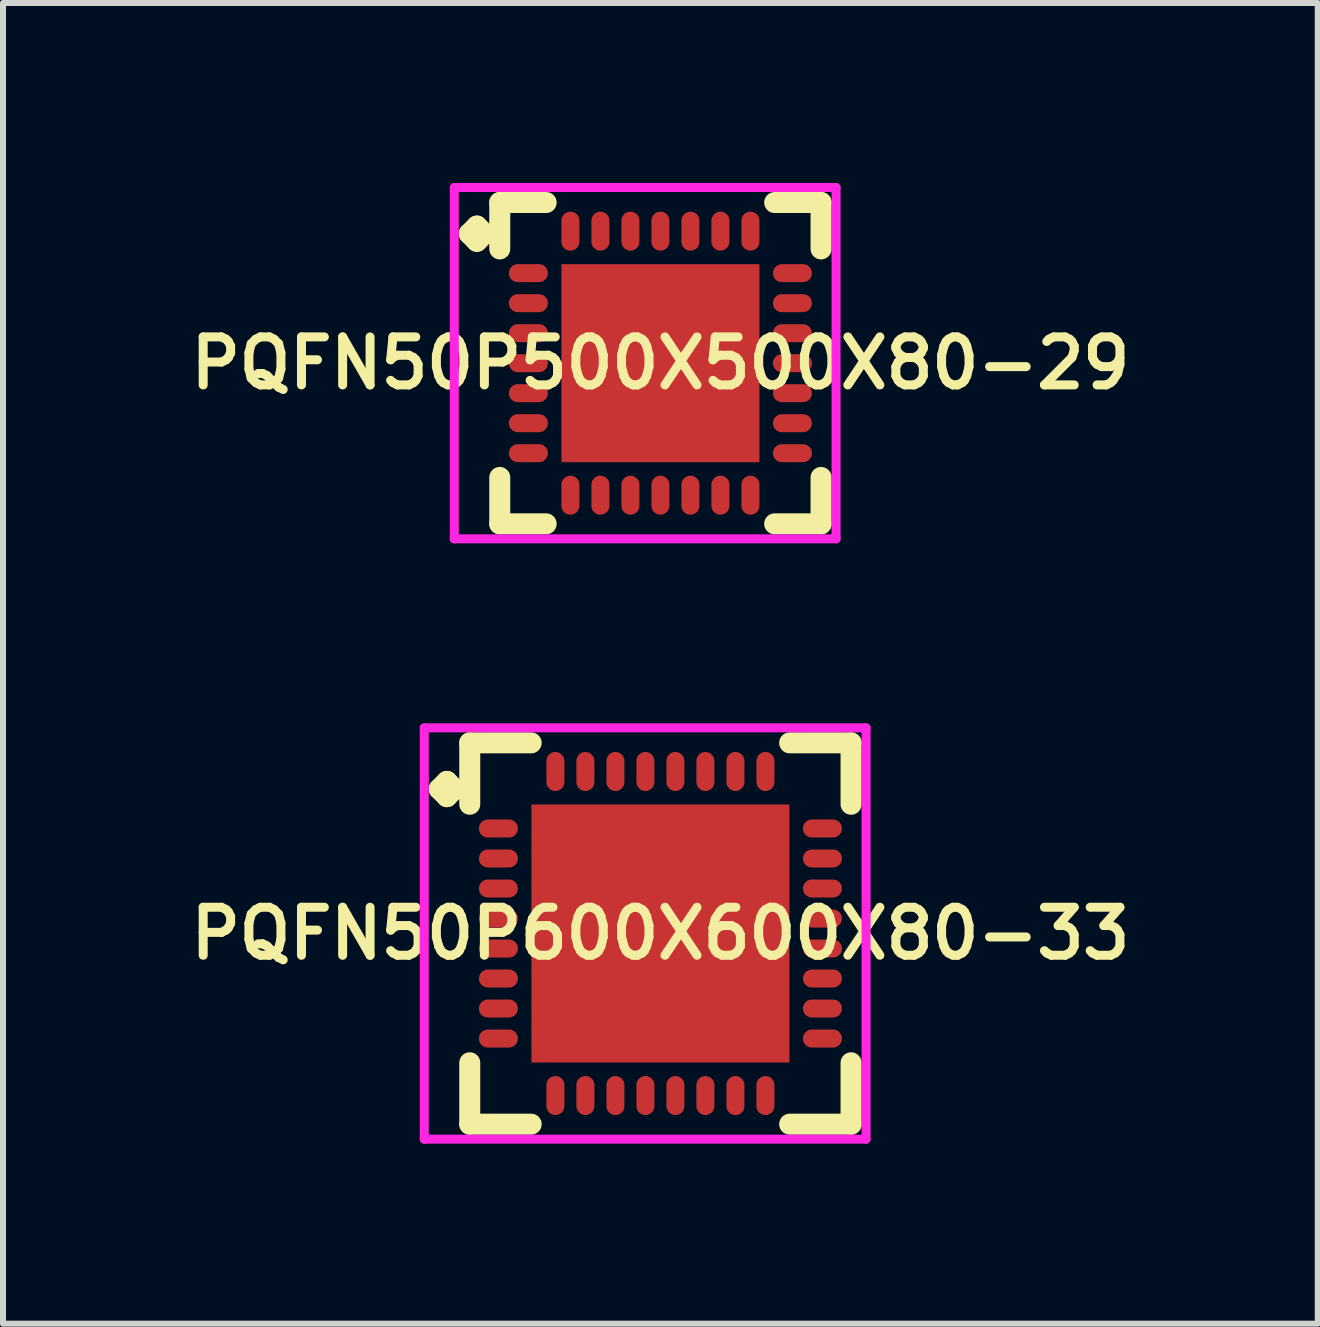
<source format=kicad_pcb>
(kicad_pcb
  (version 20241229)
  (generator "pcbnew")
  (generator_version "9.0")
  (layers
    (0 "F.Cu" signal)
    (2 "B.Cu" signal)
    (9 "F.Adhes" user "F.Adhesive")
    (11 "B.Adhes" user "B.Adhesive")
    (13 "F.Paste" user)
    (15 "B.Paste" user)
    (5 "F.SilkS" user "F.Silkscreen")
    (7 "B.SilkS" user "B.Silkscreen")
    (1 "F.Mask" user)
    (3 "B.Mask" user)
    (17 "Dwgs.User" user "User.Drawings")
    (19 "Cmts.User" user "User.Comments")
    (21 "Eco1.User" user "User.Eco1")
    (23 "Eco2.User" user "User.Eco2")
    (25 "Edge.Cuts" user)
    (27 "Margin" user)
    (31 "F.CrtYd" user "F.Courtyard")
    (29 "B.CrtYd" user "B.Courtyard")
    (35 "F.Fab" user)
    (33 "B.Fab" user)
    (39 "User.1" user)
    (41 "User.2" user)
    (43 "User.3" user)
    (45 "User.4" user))
  (footprint "PQFN50P600X600X80-33"
    (layer "F.Cu")
    (at 7.955 12.506)
    (property "Reference" "PQFN50P600X600X80-33" (at 0 0 0) (layer "F.SilkS") (effects (font (size 0.8 0.8) (thickness 0.15))))
    (attr smd)
    (fp_line (start -3.685 -2.408) (end -3.558 -2.535) (stroke (width 0.35) (type solid)) (layer "F.SilkS"))
    (fp_line (start -3.558 -2.535) (end -3.431 -2.408) (stroke (width 0.35) (type solid)) (layer "F.SilkS"))
    (fp_line (start -3.558 -2.281) (end -3.685 -2.408) (stroke (width 0.35) (type solid)) (layer "F.SilkS"))
    (fp_line (start -3.431 -2.408) (end -3.558 -2.281) (stroke (width 0.35) (type solid)) (layer "F.SilkS"))
    (fp_line (start -3.177 -3.177) (end -2.154 -3.177) (stroke (width 0.35) (type solid)) (layer "F.SilkS"))
    (fp_line (start -3.177 -2.154) (end -3.177 -3.177) (stroke (width 0.35) (type solid)) (layer "F.SilkS"))
    (fp_line (start -3.177 2.154) (end -3.177 3.177) (stroke (width 0.35) (type solid)) (layer "F.SilkS"))
    (fp_line (start -3.177 3.177) (end -2.154 3.177) (stroke (width 0.35) (type solid)) (layer "F.SilkS"))
    (fp_line (start 2.154 -3.177) (end 3.177 -3.177) (stroke (width 0.35) (type solid)) (layer "F.SilkS"))
    (fp_line (start 2.154 3.177) (end 3.177 3.177) (stroke (width 0.35) (type solid)) (layer "F.SilkS"))
    (fp_line (start 3.177 -3.177) (end 3.177 -2.154) (stroke (width 0.35) (type solid)) (layer "F.SilkS"))
    (fp_line (start 3.177 3.177) (end 3.177 2.154) (stroke (width 0.35) (type solid)) (layer "F.SilkS"))
    (fp_line (start -3.935 -3.427) (end 3.427 -3.427) (stroke (width 0.15) (type solid)) (layer "F.CrtYd"))
    (fp_line (start -3.935 3.427) (end -3.935 -3.427) (stroke (width 0.15) (type solid)) (layer "F.CrtYd"))
    (fp_line (start 3.427 -3.427) (end 3.427 3.427) (stroke (width 0.15) (type solid)) (layer "F.CrtYd"))
    (fp_line (start 3.427 3.427) (end -3.935 3.427) (stroke (width 0.15) (type solid)) (layer "F.CrtYd"))
    (pad "1" smd oval (at -2.7 -1.75) (size 0.65 0.3) (layers "F.Cu" "F.Mask" "F.Paste"))
    (pad "2" smd oval (at -2.7 -1.25) (size 0.65 0.3) (layers "F.Cu" "F.Mask" "F.Paste"))
    (pad "3" smd oval (at -2.7 -0.75) (size 0.65 0.3) (layers "F.Cu" "F.Mask" "F.Paste"))
    (pad "4" smd oval (at -2.7 -0.25) (size 0.65 0.3) (layers "F.Cu" "F.Mask" "F.Paste"))
    (pad "5" smd oval (at -2.7 0.25) (size 0.65 0.3) (layers "F.Cu" "F.Mask" "F.Paste"))
    (pad "6" smd oval (at -2.7 0.75) (size 0.65 0.3) (layers "F.Cu" "F.Mask" "F.Paste"))
    (pad "7" smd oval (at -2.7 1.25) (size 0.65 0.3) (layers "F.Cu" "F.Mask" "F.Paste"))
    (pad "8" smd oval (at -2.7 1.75) (size 0.65 0.3) (layers "F.Cu" "F.Mask" "F.Paste"))
    (pad "9" smd oval (at -1.75 2.7) (size 0.3 0.65) (layers "F.Cu" "F.Mask" "F.Paste"))
    (pad "10" smd oval (at -1.25 2.7) (size 0.3 0.65) (layers "F.Cu" "F.Mask" "F.Paste"))
    (pad "11" smd oval (at -0.75 2.7) (size 0.3 0.65) (layers "F.Cu" "F.Mask" "F.Paste"))
    (pad "12" smd oval (at -0.25 2.7) (size 0.3 0.65) (layers "F.Cu" "F.Mask" "F.Paste"))
    (pad "13" smd oval (at 0.25 2.7) (size 0.3 0.65) (layers "F.Cu" "F.Mask" "F.Paste"))
    (pad "14" smd oval (at 0.75 2.7) (size 0.3 0.65) (layers "F.Cu" "F.Mask" "F.Paste"))
    (pad "15" smd oval (at 1.25 2.7) (size 0.3 0.65) (layers "F.Cu" "F.Mask" "F.Paste"))
    (pad "16" smd oval (at 1.75 2.7) (size 0.3 0.65) (layers "F.Cu" "F.Mask" "F.Paste"))
    (pad "17" smd oval (at 2.7 1.75) (size 0.65 0.3) (layers "F.Cu" "F.Mask" "F.Paste"))
    (pad "18" smd oval (at 2.7 1.25) (size 0.65 0.3) (layers "F.Cu" "F.Mask" "F.Paste"))
    (pad "19" smd oval (at 2.7 0.75) (size 0.65 0.3) (layers "F.Cu" "F.Mask" "F.Paste"))
    (pad "20" smd oval (at 2.7 0.25) (size 0.65 0.3) (layers "F.Cu" "F.Mask" "F.Paste"))
    (pad "21" smd oval (at 2.7 -0.25) (size 0.65 0.3) (layers "F.Cu" "F.Mask" "F.Paste"))
    (pad "22" smd oval (at 2.7 -0.75) (size 0.65 0.3) (layers "F.Cu" "F.Mask" "F.Paste"))
    (pad "23" smd oval (at 2.7 -1.25) (size 0.65 0.3) (layers "F.Cu" "F.Mask" "F.Paste"))
    (pad "24" smd oval (at 2.7 -1.75) (size 0.65 0.3) (layers "F.Cu" "F.Mask" "F.Paste"))
    (pad "25" smd oval (at 1.75 -2.7) (size 0.3 0.65) (layers "F.Cu" "F.Mask" "F.Paste"))
    (pad "26" smd oval (at 1.25 -2.7) (size 0.3 0.65) (layers "F.Cu" "F.Mask" "F.Paste"))
    (pad "27" smd oval (at 0.75 -2.7) (size 0.3 0.65) (layers "F.Cu" "F.Mask" "F.Paste"))
    (pad "28" smd oval (at 0.25 -2.7) (size 0.3 0.65) (layers "F.Cu" "F.Mask" "F.Paste"))
    (pad "29" smd oval (at -0.25 -2.7) (size 0.3 0.65) (layers "F.Cu" "F.Mask" "F.Paste"))
    (pad "30" smd oval (at -0.75 -2.7) (size 0.3 0.65) (layers "F.Cu" "F.Mask" "F.Paste"))
    (pad "31" smd oval (at -1.25 -2.7) (size 0.3 0.65) (layers "F.Cu" "F.Mask" "F.Paste"))
    (pad "32" smd oval (at -1.75 -2.7) (size 0.3 0.65) (layers "F.Cu" "F.Mask" "F.Paste"))
    (pad "33" smd rect (at 0 0) (size 4.3 4.3) (layers "F.Cu" "F.Mask" "F.Paste")))
  (footprint "PQFN50P500X500X80-29"
    (layer "F.Cu")
    (at 7.955 3.002)
    (property "Reference" "PQFN50P500X500X80-29" (at 0 0 0) (layer "F.SilkS") (effects (font (size 0.8 0.8) (thickness 0.15))))
    (attr smd)
    (fp_line (start -3.185 -2.158) (end -3.058 -2.285) (stroke (width 0.35) (type solid)) (layer "F.SilkS"))
    (fp_line (start -3.058 -2.285) (end -2.931 -2.158) (stroke (width 0.35) (type solid)) (layer "F.SilkS"))
    (fp_line (start -3.058 -2.031) (end -3.185 -2.158) (stroke (width 0.35) (type solid)) (layer "F.SilkS"))
    (fp_line (start -2.931 -2.158) (end -3.058 -2.031) (stroke (width 0.35) (type solid)) (layer "F.SilkS"))
    (fp_line (start -2.677 -2.677) (end -1.904 -2.677) (stroke (width 0.35) (type solid)) (layer "F.SilkS"))
    (fp_line (start -2.677 -1.904) (end -2.677 -2.677) (stroke (width 0.35) (type solid)) (layer "F.SilkS"))
    (fp_line (start -2.677 1.904) (end -2.677 2.677) (stroke (width 0.35) (type solid)) (layer "F.SilkS"))
    (fp_line (start -2.677 2.677) (end -1.904 2.677) (stroke (width 0.35) (type solid)) (layer "F.SilkS"))
    (fp_line (start 1.904 -2.677) (end 2.677 -2.677) (stroke (width 0.35) (type solid)) (layer "F.SilkS"))
    (fp_line (start 1.904 2.677) (end 2.677 2.677) (stroke (width 0.35) (type solid)) (layer "F.SilkS"))
    (fp_line (start 2.677 -2.677) (end 2.677 -1.904) (stroke (width 0.35) (type solid)) (layer "F.SilkS"))
    (fp_line (start 2.677 2.677) (end 2.677 1.904) (stroke (width 0.35) (type solid)) (layer "F.SilkS"))
    (fp_line (start -3.435 -2.927) (end 2.927 -2.927) (stroke (width 0.15) (type solid)) (layer "F.CrtYd"))
    (fp_line (start -3.435 2.927) (end -3.435 -2.927) (stroke (width 0.15) (type solid)) (layer "F.CrtYd"))
    (fp_line (start 2.927 -2.927) (end 2.927 2.927) (stroke (width 0.15) (type solid)) (layer "F.CrtYd"))
    (fp_line (start 2.927 2.927) (end -3.435 2.927) (stroke (width 0.15) (type solid)) (layer "F.CrtYd"))
    (pad "1" smd oval (at -2.2 -1.5) (size 0.65 0.3) (layers "F.Cu" "F.Mask" "F.Paste"))
    (pad "2" smd oval (at -2.2 -1) (size 0.65 0.3) (layers "F.Cu" "F.Mask" "F.Paste"))
    (pad "3" smd oval (at -2.2 -0.5) (size 0.65 0.3) (layers "F.Cu" "F.Mask" "F.Paste"))
    (pad "4" smd oval (at -2.2 0) (size 0.65 0.3) (layers "F.Cu" "F.Mask" "F.Paste"))
    (pad "5" smd oval (at -2.2 0.5) (size 0.65 0.3) (layers "F.Cu" "F.Mask" "F.Paste"))
    (pad "6" smd oval (at -2.2 1) (size 0.65 0.3) (layers "F.Cu" "F.Mask" "F.Paste"))
    (pad "7" smd oval (at -2.2 1.5) (size 0.65 0.3) (layers "F.Cu" "F.Mask" "F.Paste"))
    (pad "8" smd oval (at -1.5 2.2) (size 0.3 0.65) (layers "F.Cu" "F.Mask" "F.Paste"))
    (pad "9" smd oval (at -1 2.2) (size 0.3 0.65) (layers "F.Cu" "F.Mask" "F.Paste"))
    (pad "10" smd oval (at -0.5 2.2) (size 0.3 0.65) (layers "F.Cu" "F.Mask" "F.Paste"))
    (pad "11" smd oval (at 0 2.2) (size 0.3 0.65) (layers "F.Cu" "F.Mask" "F.Paste"))
    (pad "12" smd oval (at 0.5 2.2) (size 0.3 0.65) (layers "F.Cu" "F.Mask" "F.Paste"))
    (pad "13" smd oval (at 1 2.2) (size 0.3 0.65) (layers "F.Cu" "F.Mask" "F.Paste"))
    (pad "14" smd oval (at 1.5 2.2) (size 0.3 0.65) (layers "F.Cu" "F.Mask" "F.Paste"))
    (pad "15" smd oval (at 2.2 1.5) (size 0.65 0.3) (layers "F.Cu" "F.Mask" "F.Paste"))
    (pad "16" smd oval (at 2.2 1) (size 0.65 0.3) (layers "F.Cu" "F.Mask" "F.Paste"))
    (pad "17" smd oval (at 2.2 0.5) (size 0.65 0.3) (layers "F.Cu" "F.Mask" "F.Paste"))
    (pad "18" smd oval (at 2.2 0) (size 0.65 0.3) (layers "F.Cu" "F.Mask" "F.Paste"))
    (pad "19" smd oval (at 2.2 -0.5) (size 0.65 0.3) (layers "F.Cu" "F.Mask" "F.Paste"))
    (pad "20" smd oval (at 2.2 -1) (size 0.65 0.3) (layers "F.Cu" "F.Mask" "F.Paste"))
    (pad "21" smd oval (at 2.2 -1.5) (size 0.65 0.3) (layers "F.Cu" "F.Mask" "F.Paste"))
    (pad "22" smd oval (at 1.5 -2.2) (size 0.3 0.65) (layers "F.Cu" "F.Mask" "F.Paste"))
    (pad "23" smd oval (at 1 -2.2) (size 0.3 0.65) (layers "F.Cu" "F.Mask" "F.Paste"))
    (pad "24" smd oval (at 0.5 -2.2) (size 0.3 0.65) (layers "F.Cu" "F.Mask" "F.Paste"))
    (pad "25" smd oval (at 0 -2.2) (size 0.3 0.65) (layers "F.Cu" "F.Mask" "F.Paste"))
    (pad "26" smd oval (at -0.5 -2.2) (size 0.3 0.65) (layers "F.Cu" "F.Mask" "F.Paste"))
    (pad "27" smd oval (at -1 -2.2) (size 0.3 0.65) (layers "F.Cu" "F.Mask" "F.Paste"))
    (pad "28" smd oval (at -1.5 -2.2) (size 0.3 0.65) (layers "F.Cu" "F.Mask" "F.Paste"))
    (pad "29" smd rect (at 0 0) (size 3.3 3.3) (layers "F.Cu" "F.Mask" "F.Paste")))
  (gr_rect
    (start -3 -3)
    (end 18.909 19.008)
    (stroke (width 0.1) (type default))
    (fill no)
    (layer "Edge.Cuts")))
</source>
